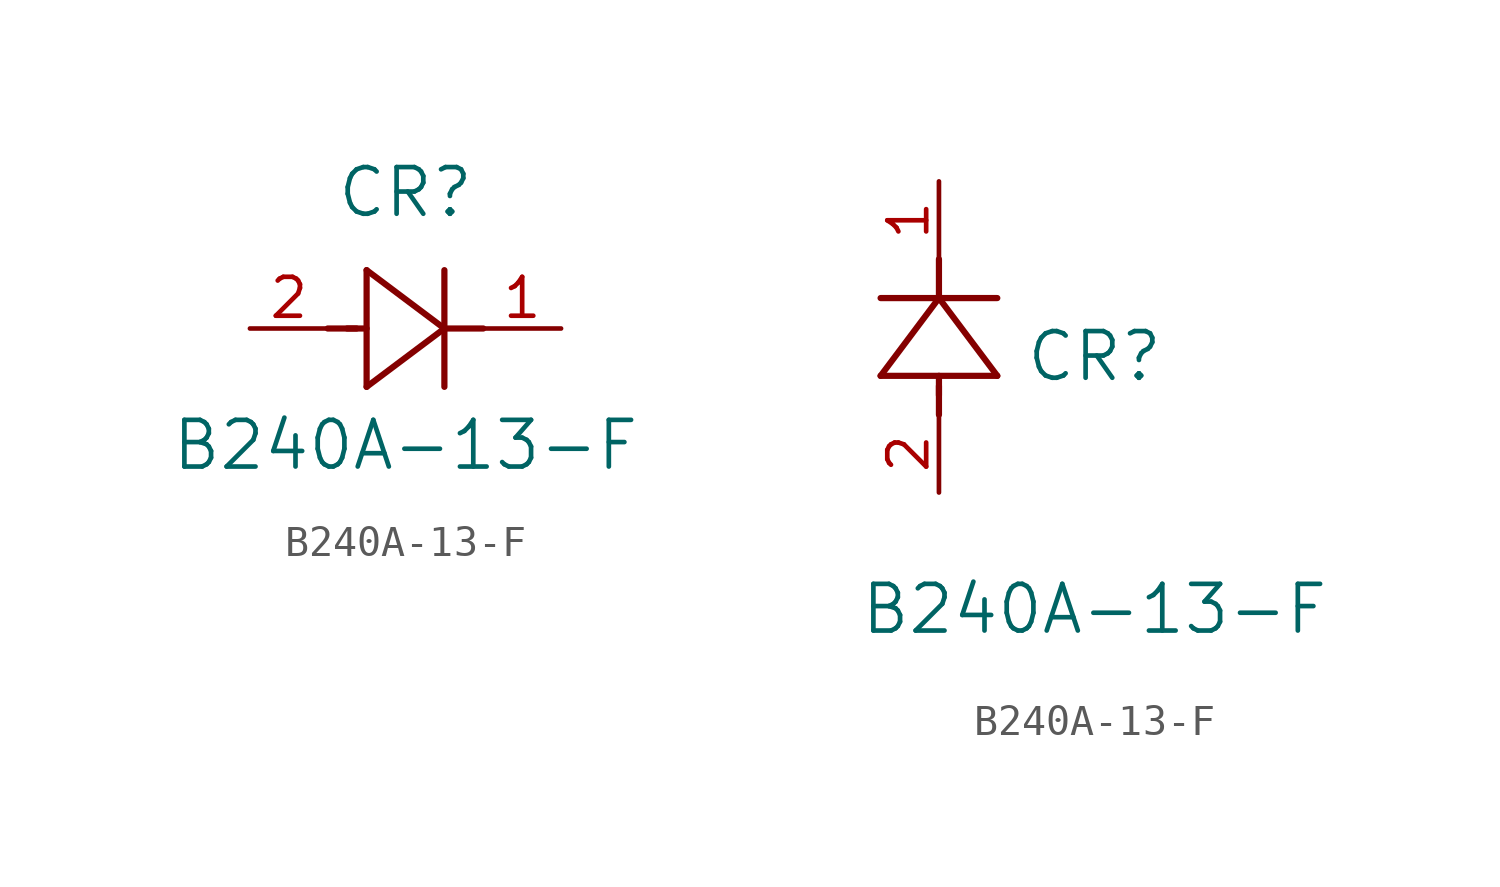
<source format=kicad_sym>
(kicad_symbol_lib
  (version 20211014)
  (generator kicad_symbol_editor)
  (symbol "B240A-13-F"
    (pin_names
      (offset 0.254))
    (property "Reference" "CR"
      (at 5.08 4.445 0)
      (effects (font (size 1.524 1.524))))
    (property "Value" "B240A-13-F"
      (at 5.08 -3.81 0)
      (effects (font (size 1.524 1.524))))
    (symbol "B240A-13-F_1_1"
      (polyline (pts (xy 2.54 0) (xy 3.48 0)) (stroke (width 0.203) (type default) (color 0 0 0 0)) (fill (type none)))
      (polyline (pts (xy 3.81 1.905) (xy 3.81 -1.905)) (stroke (width 0.203) (type default) (color 0 0 0 0)) (fill (type none)))
      (polyline (pts (xy 3.175 0) (xy 3.81 0)) (stroke (width 0.203) (type default) (color 0 0 0 0)) (fill (type none)))
      (polyline (pts (xy 6.35 -1.905) (xy 6.35 1.905)) (stroke (width 0.203) (type default) (color 0 0 0 0)) (fill (type none)))
      (polyline (pts (xy 6.35 0) (xy 7.62 0)) (stroke (width 0.203) (type default) (color 0 0 0 0)) (fill (type none)))
      (polyline (pts (xy 6.35 0) (xy 3.81 1.905)) (stroke (width 0.203) (type default) (color 0 0 0 0)) (fill (type none)))
      (polyline (pts (xy 3.81 -1.905) (xy 6.35 0)) (stroke (width 0.203) (type default) (color 0 0 0 0)) (fill (type none)))
      (pin unspecified line (at 0 0 0) (length 2.54) (name "" (effects (font (size 1.27 1.27)))) (number "2" (effects (font (size 1.27 1.27)))))
      (pin unspecified line (at 10.16 0 180) (length 2.54) (name "" (effects (font (size 1.27 1.27)))) (number "1" (effects (font (size 1.27 1.27))))))
    (symbol "B240A-13-F_1_2"
      (polyline (pts (xy 0 2.54) (xy 0 3.48)) (stroke (width 0.203) (type default) (color 0 0 0 0)) (fill (type none)))
      (polyline (pts (xy -1.905 3.81) (xy 1.905 3.81)) (stroke (width 0.203) (type default) (color 0 0 0 0)) (fill (type none)))
      (polyline (pts (xy 0 3.175) (xy 0 3.81)) (stroke (width 0.203) (type default) (color 0 0 0 0)) (fill (type none)))
      (polyline (pts (xy 1.905 6.35) (xy -1.905 6.35)) (stroke (width 0.203) (type default) (color 0 0 0 0)) (fill (type none)))
      (polyline (pts (xy 0 6.35) (xy 0 7.62)) (stroke (width 0.203) (type default) (color 0 0 0 0)) (fill (type none)))
      (polyline (pts (xy 0 6.35) (xy -1.905 3.81)) (stroke (width 0.203) (type default) (color 0 0 0 0)) (fill (type none)))
      (polyline (pts (xy 1.905 3.81) (xy 0 6.35)) (stroke (width 0.203) (type default) (color 0 0 0 0)) (fill (type none)))
      (pin unspecified line (at 0 0 90) (length 2.54) (name "" (effects (font (size 1.27 1.27)))) (number "2" (effects (font (size 1.27 1.27)))))
      (pin unspecified line (at 0 10.16 270) (length 2.54) (name "" (effects (font (size 1.27 1.27)))) (number "1" (effects (font (size 1.27 1.27))))))))
</source>
